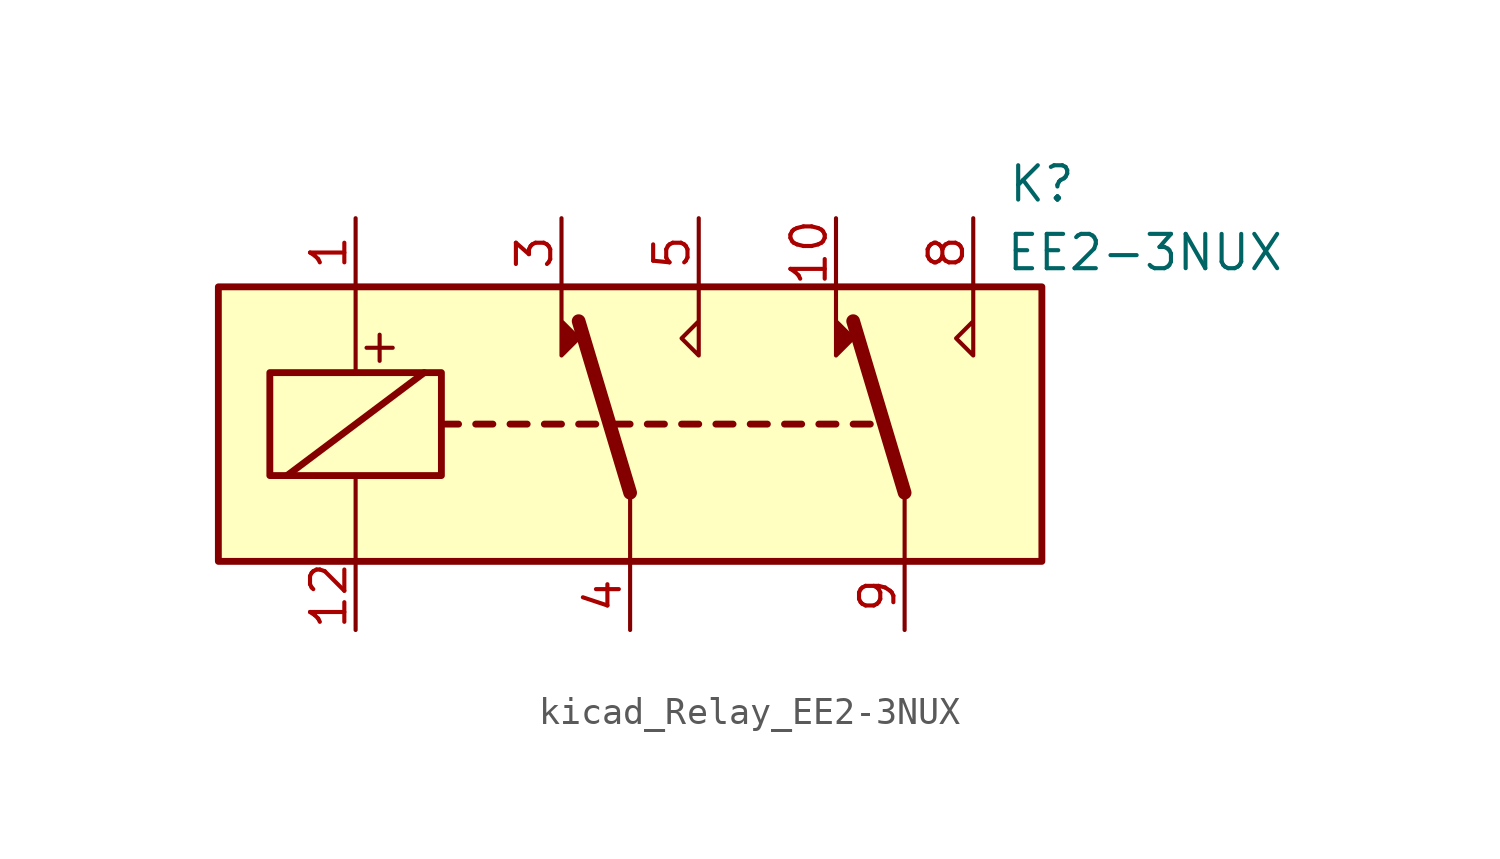
<source format=kicad_sym>
(kicad_symbol_lib
  (version 20220914)
  (generator kicad_symbol_editor)
  (symbol "kicad_Relay_EE2-3NUX"
    (property "Reference" "K"
      (at 15.24 8.89 0)
      (effects (font (size 1.27 1.27))))
    (property "Value" "EE2-3NUX"
      (at 19.05 6.35 0)
      (effects (font (size 1.27 1.27))))
    (symbol "kicad_Relay_EE2-3NUX_1_1"
      (rectangle (start -15.24 5.08) (end 15.24 -5.08) (stroke (width 0.254) (type default)) (fill (type background)))
      (rectangle (start -13.335 1.905) (end -6.985 -1.905) (stroke (width 0.254) (type default)) (fill (type none)))
      (polyline (pts (xy -12.7 -1.905) (xy -7.62 1.905)) (stroke (width 0.254) (type default)) (fill (type none)))
      (polyline (pts (xy -10.16 -5.08) (xy -10.16 -1.905)) (stroke (width 0) (type default)) (fill (type none)))
      (polyline (pts (xy -10.16 5.08) (xy -10.16 1.905)) (stroke (width 0) (type default)) (fill (type none)))
      (polyline (pts (xy -6.985 0) (xy -6.35 0)) (stroke (width 0.254) (type default)) (fill (type none)))
      (polyline (pts (xy -5.715 0) (xy -5.08 0)) (stroke (width 0.254) (type default)) (fill (type none)))
      (polyline (pts (xy -4.445 0) (xy -3.81 0)) (stroke (width 0.254) (type default)) (fill (type none)))
      (polyline (pts (xy -3.175 0) (xy -2.54 0)) (stroke (width 0.254) (type default)) (fill (type none)))
      (polyline (pts (xy -1.905 0) (xy -1.27 0)) (stroke (width 0.254) (type default)) (fill (type none)))
      (polyline (pts (xy -0.635 0) (xy 0 0)) (stroke (width 0.254) (type default)) (fill (type none)))
      (polyline (pts (xy 0 -2.54) (xy -1.905 3.81)) (stroke (width 0.508) (type default)) (fill (type none)))
      (polyline (pts (xy 0 -2.54) (xy 0 -5.08)) (stroke (width 0) (type default)) (fill (type none)))
      (polyline (pts (xy 0.635 0) (xy 1.27 0)) (stroke (width 0.254) (type default)) (fill (type none)))
      (polyline (pts (xy 1.905 0) (xy 2.54 0)) (stroke (width 0.254) (type default)) (fill (type none)))
      (polyline (pts (xy 3.175 0) (xy 3.81 0)) (stroke (width 0.254) (type default)) (fill (type none)))
      (polyline (pts (xy 4.445 0) (xy 5.08 0)) (stroke (width 0.254) (type default)) (fill (type none)))
      (polyline (pts (xy 5.715 0) (xy 6.35 0)) (stroke (width 0.254) (type default)) (fill (type none)))
      (polyline (pts (xy 6.985 0) (xy 7.62 0)) (stroke (width 0.254) (type default)) (fill (type none)))
      (polyline (pts (xy 8.255 0) (xy 8.89 0)) (stroke (width 0.254) (type default)) (fill (type none)))
      (polyline (pts (xy 10.16 -2.54) (xy 8.255 3.81)) (stroke (width 0.508) (type default)) (fill (type none)))
      (polyline (pts (xy 10.16 -2.54) (xy 10.16 -5.08)) (stroke (width 0) (type default)) (fill (type none)))
      (polyline (pts (xy -2.54 5.08) (xy -2.54 2.54) (xy -1.905 3.175) (xy -2.54 3.81)) (stroke (width 0) (type default)) (fill (type outline)))
      (polyline (pts (xy 2.54 5.08) (xy 2.54 2.54) (xy 1.905 3.175) (xy 2.54 3.81)) (stroke (width 0) (type default)) (fill (type none)))
      (polyline (pts (xy 7.62 5.08) (xy 7.62 2.54) (xy 8.255 3.175) (xy 7.62 3.81)) (stroke (width 0) (type default)) (fill (type outline)))
      (polyline (pts (xy 12.7 5.08) (xy 12.7 2.54) (xy 12.065 3.175) (xy 12.7 3.81)) (stroke (width 0) (type default)) (fill (type none)))
      (text "+" (at -9.271 2.921 0) (effects (font (size 1.27 1.27))))
      (pin passive line (at -10.16 7.62 270) (length 2.54) (name "~" (effects (font (size 1.27 1.27)))) (number "1" (effects (font (size 1.27 1.27)))))
      (pin passive line (at 7.62 7.62 270) (length 2.54) (name "~" (effects (font (size 1.27 1.27)))) (number "10" (effects (font (size 1.27 1.27)))))
      (pin passive line (at -10.16 -7.62 90) (length 2.54) (name "~" (effects (font (size 1.27 1.27)))) (number "12" (effects (font (size 1.27 1.27)))))
      (pin passive line (at -2.54 7.62 270) (length 2.54) (name "~" (effects (font (size 1.27 1.27)))) (number "3" (effects (font (size 1.27 1.27)))))
      (pin passive line (at 0 -7.62 90) (length 2.54) (name "~" (effects (font (size 1.27 1.27)))) (number "4" (effects (font (size 1.27 1.27)))))
      (pin passive line (at 2.54 7.62 270) (length 2.54) (name "~" (effects (font (size 1.27 1.27)))) (number "5" (effects (font (size 1.27 1.27)))))
      (pin passive line (at 12.7 7.62 270) (length 2.54) (name "~" (effects (font (size 1.27 1.27)))) (number "8" (effects (font (size 1.27 1.27)))))
      (pin passive line (at 10.16 -7.62 90) (length 2.54) (name "~" (effects (font (size 1.27 1.27)))) (number "9" (effects (font (size 1.27 1.27))))))))
</source>
